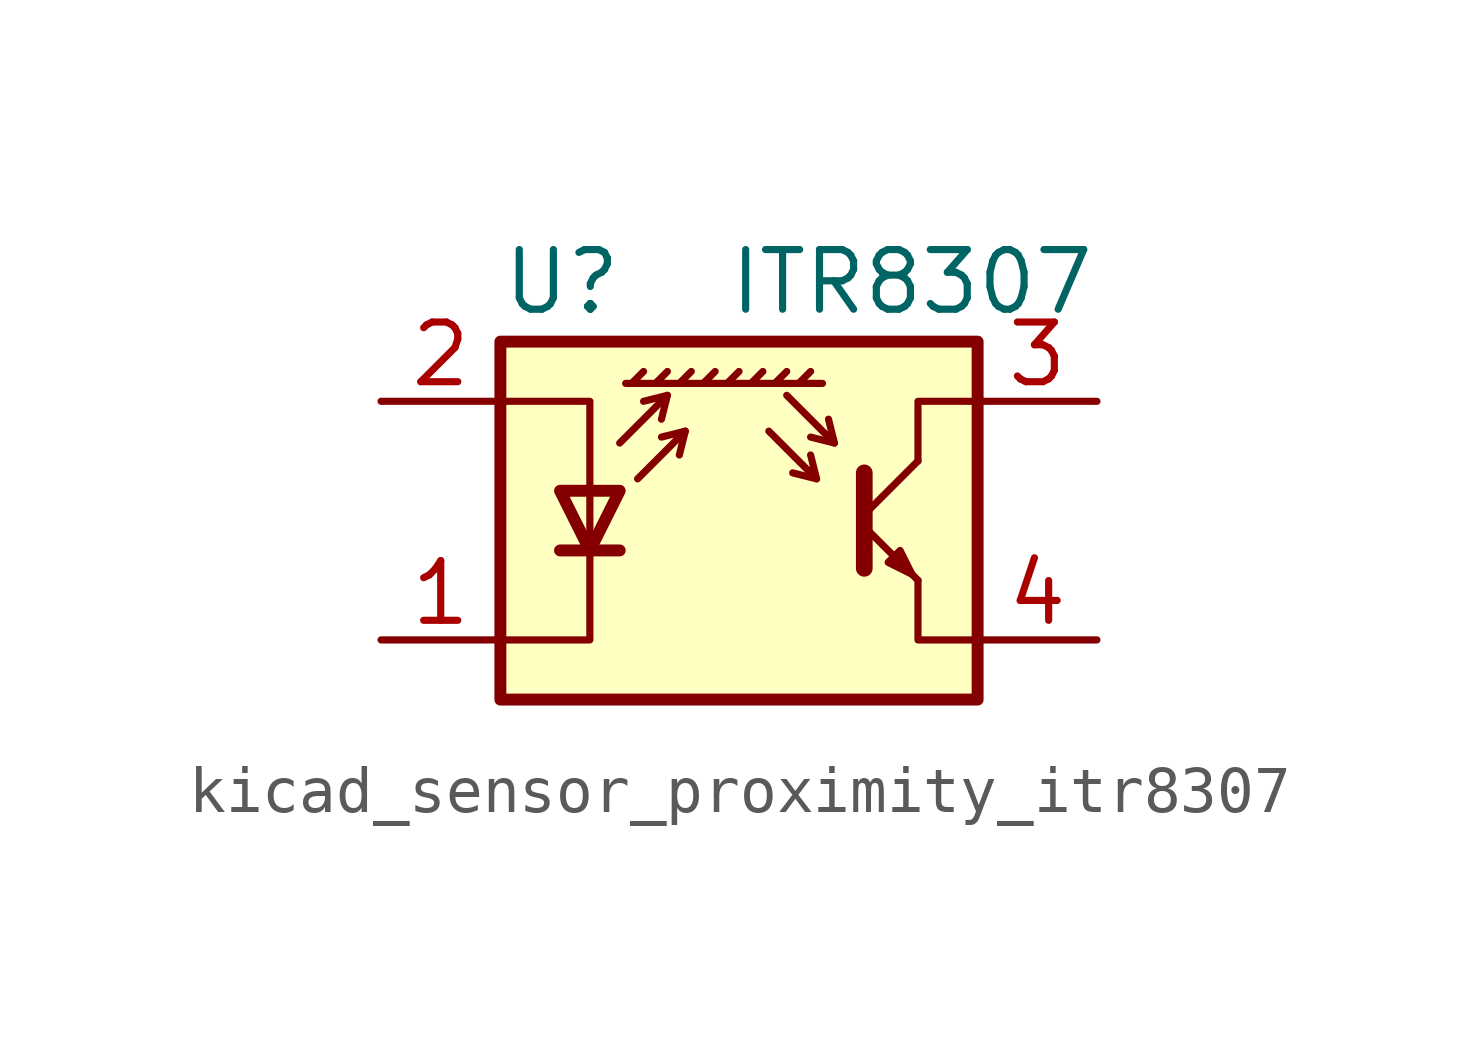
<source format=kicad_sym>
(kicad_symbol_lib
  (version 20220914)
  (generator kicad_symbol_editor)
  (symbol "kicad_sensor_proximity_itr8307"
    (pin_names
      (offset 0.025) hide)
    (property "Reference" "U"
      (at -5.08 5.08 0)
      (effects (font (size 1.27 1.27)) (justify left)))
    (property "Value" "ITR8307"
      (at 7.62 5.08 0)
      (effects (font (size 1.27 1.27)) (justify right)))
    (symbol "kicad_sensor_proximity_itr8307_0_1"
      (polyline (pts (xy -3.81 -0.635) (xy -2.54 -0.635)) (stroke (width 0.254) (type default)) (fill (type none)))
      (polyline (pts (xy -2.286 2.921) (xy -2.032 3.175)) (stroke (width 0) (type default)) (fill (type none)))
      (polyline (pts (xy -1.778 2.921) (xy -1.524 3.175)) (stroke (width 0) (type default)) (fill (type none)))
      (polyline (pts (xy -1.524 2.667) (xy -1.651 2.159)) (stroke (width 0) (type default)) (fill (type none)))
      (polyline (pts (xy -1.27 2.921) (xy -1.016 3.175)) (stroke (width 0) (type default)) (fill (type none)))
      (polyline (pts (xy -1.143 1.905) (xy -1.27 1.397)) (stroke (width 0) (type default)) (fill (type none)))
      (polyline (pts (xy -0.762 2.921) (xy -0.508 3.175)) (stroke (width 0) (type default)) (fill (type none)))
      (polyline (pts (xy -0.254 2.921) (xy 0 3.175)) (stroke (width 0) (type default)) (fill (type none)))
      (polyline (pts (xy 0.254 2.921) (xy 0.508 3.175)) (stroke (width 0) (type default)) (fill (type none)))
      (polyline (pts (xy 0.762 2.921) (xy 1.016 3.175)) (stroke (width 0) (type default)) (fill (type none)))
      (polyline (pts (xy 1.27 2.921) (xy 1.524 3.175)) (stroke (width 0) (type default)) (fill (type none)))
      (polyline (pts (xy 1.651 0.889) (xy 1.143 1.016)) (stroke (width 0) (type default)) (fill (type none)))
      (polyline (pts (xy 1.778 2.921) (xy -2.413 2.921)) (stroke (width 0) (type default)) (fill (type none)))
      (polyline (pts (xy 2.032 1.651) (xy 1.524 1.778)) (stroke (width 0) (type default)) (fill (type none)))
      (polyline (pts (xy 2.667 -0.127) (xy 3.81 -1.27)) (stroke (width 0) (type default)) (fill (type none)))
      (polyline (pts (xy 2.667 0.127) (xy 3.81 1.27)) (stroke (width 0) (type default)) (fill (type none)))
      (polyline (pts (xy -2.54 1.651) (xy -1.524 2.667) (xy -2.032 2.54)) (stroke (width 0) (type default)) (fill (type none)))
      (polyline (pts (xy -2.159 0.889) (xy -1.143 1.905) (xy -1.651 1.778)) (stroke (width 0) (type default)) (fill (type none)))
      (polyline (pts (xy 0.635 1.905) (xy 1.651 0.889) (xy 1.524 1.397)) (stroke (width 0) (type default)) (fill (type none)))
      (polyline (pts (xy 1.016 2.667) (xy 2.032 1.651) (xy 1.905 2.159)) (stroke (width 0) (type default)) (fill (type none)))
      (polyline (pts (xy 2.667 1.016) (xy 2.667 -1.016) (xy 2.667 -1.016)) (stroke (width 0.356) (type default)) (fill (type none)))
      (polyline (pts (xy 3.81 -1.27) (xy 3.81 -2.54) (xy 5.08 -2.54)) (stroke (width 0) (type default)) (fill (type none)))
      (polyline (pts (xy 3.81 1.27) (xy 3.81 2.54) (xy 5.08 2.54)) (stroke (width 0) (type default)) (fill (type none)))
      (polyline (pts (xy -5.08 -2.54) (xy -3.175 -2.54) (xy -3.175 2.54) (xy -5.08 2.54)) (stroke (width 0) (type default)) (fill (type none)))
      (polyline (pts (xy -3.175 -0.635) (xy -3.81 0.635) (xy -2.54 0.635) (xy -3.175 -0.635)) (stroke (width 0.254) (type default)) (fill (type none)))
      (polyline (pts (xy 3.683 -1.143) (xy 3.429 -0.635) (xy 3.175 -0.889) (xy 3.683 -1.143)) (stroke (width 0) (type default)) (fill (type none)))
      (polyline (pts (xy -5.08 -3.81) (xy 5.08 -3.81) (xy 5.08 3.81) (xy -5.08 3.81) (xy -5.08 -3.81)) (stroke (width 0.254) (type default)) (fill (type background))))
    (symbol "kicad_sensor_proximity_itr8307_1_1"
      (pin passive line (at -7.62 -2.54 0) (length 2.54) (name "K" (effects (font (size 1.27 1.27)))) (number "1" (effects (font (size 1.27 1.27)))))
      (pin passive line (at -7.62 2.54 0) (length 2.54) (name "A" (effects (font (size 1.27 1.27)))) (number "2" (effects (font (size 1.27 1.27)))))
      (pin open_collector line (at 7.62 2.54 180) (length 2.54) (name "C" (effects (font (size 1.27 1.27)))) (number "3" (effects (font (size 1.27 1.27)))))
      (pin open_emitter line (at 7.62 -2.54 180) (length 2.54) (name "E" (effects (font (size 1.27 1.27)))) (number "4" (effects (font (size 1.27 1.27))))))))
</source>
